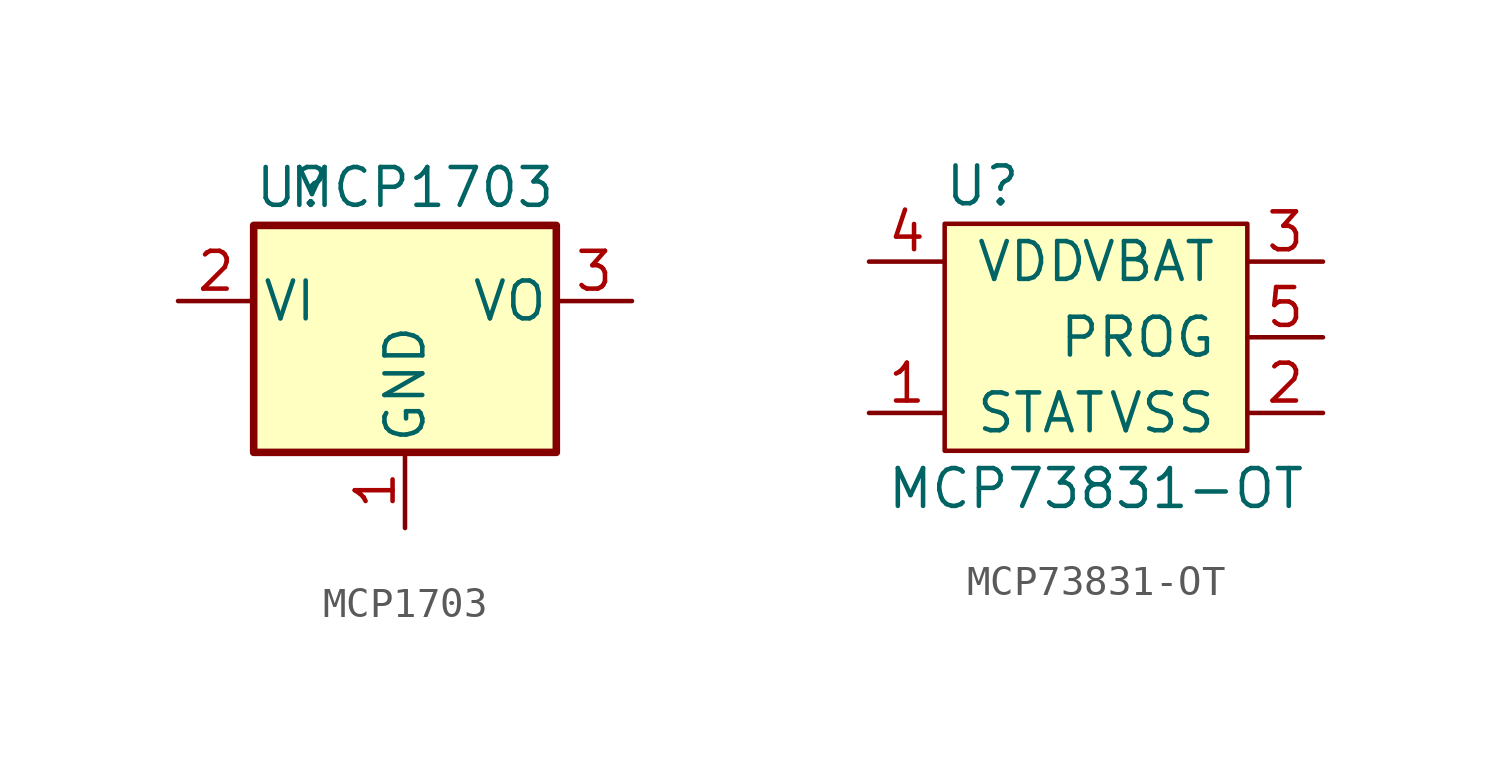
<source format=kicad_sym>
(kicad_symbol_lib
  (version 20211014)
  (generator kicad_symbol_editor)
  (symbol "MCP1703"
    (pin_names
      (offset 0.254))
    (property "Reference" "U"
      (at -5.08 3.81 0)
      (effects (font (size 1.27 1.27)) (justify left)))
    (property "Value" "MCP1703"
      (at 5.08 3.81 0)
      (effects (font (size 1.27 1.27)) (justify right)))
    (symbol "MCP1703_0_1"
      (rectangle (start -5.08 -5.08) (end 5.08 2.54) (stroke (width 0.254) (type default) (color 0 0 0 0)) (fill (type background))))
    (symbol "MCP1703_1_1"
      (pin power_in line (at 0 -7.62 90) (length 2.54) (name "GND" (effects (font (size 1.27 1.27)))) (number "1" (effects (font (size 1.27 1.27)))))
      (pin power_in line (at -7.62 0 0) (length 2.54) (name "VI" (effects (font (size 1.27 1.27)))) (number "2" (effects (font (size 1.27 1.27)))))
      (pin power_out line (at 7.62 0 180) (length 2.54) (name "VO" (effects (font (size 1.27 1.27)))) (number "3" (effects (font (size 1.27 1.27)))))))
  (symbol "MCP73831-OT"
    (pin_names
      (offset 1.016))
    (property "Reference" "U"
      (at -3.81 6.35 0)
      (effects (font (size 1.27 1.27))))
    (property "Value" "MCP73831-OT"
      (at 0 -3.81 0)
      (effects (font (size 1.27 1.27))))
    (symbol "MCP73831-OT_1_1"
      (rectangle (start -5.08 5.08) (end 5.08 -2.54) (stroke (width 0) (type default) (color 0 0 0 0)) (fill (type background)))
      (pin open_collector line (at -7.62 -1.27 0) (length 2.54) (name "STAT" (effects (font (size 1.27 1.27)))) (number "1" (effects (font (size 1.27 1.27)))))
      (pin power_in line (at 7.62 -1.27 180) (length 2.54) (name "VSS" (effects (font (size 1.27 1.27)))) (number "2" (effects (font (size 1.27 1.27)))))
      (pin power_out line (at 7.62 3.81 180) (length 2.54) (name "VBAT" (effects (font (size 1.27 1.27)))) (number "3" (effects (font (size 1.27 1.27)))))
      (pin power_in line (at -7.62 3.81 0) (length 2.54) (name "VDD" (effects (font (size 1.27 1.27)))) (number "4" (effects (font (size 1.27 1.27)))))
      (pin passive line (at 7.62 1.27 180) (length 2.54) (name "PROG" (effects (font (size 1.27 1.27)))) (number "5" (effects (font (size 1.27 1.27))))))))
</source>
